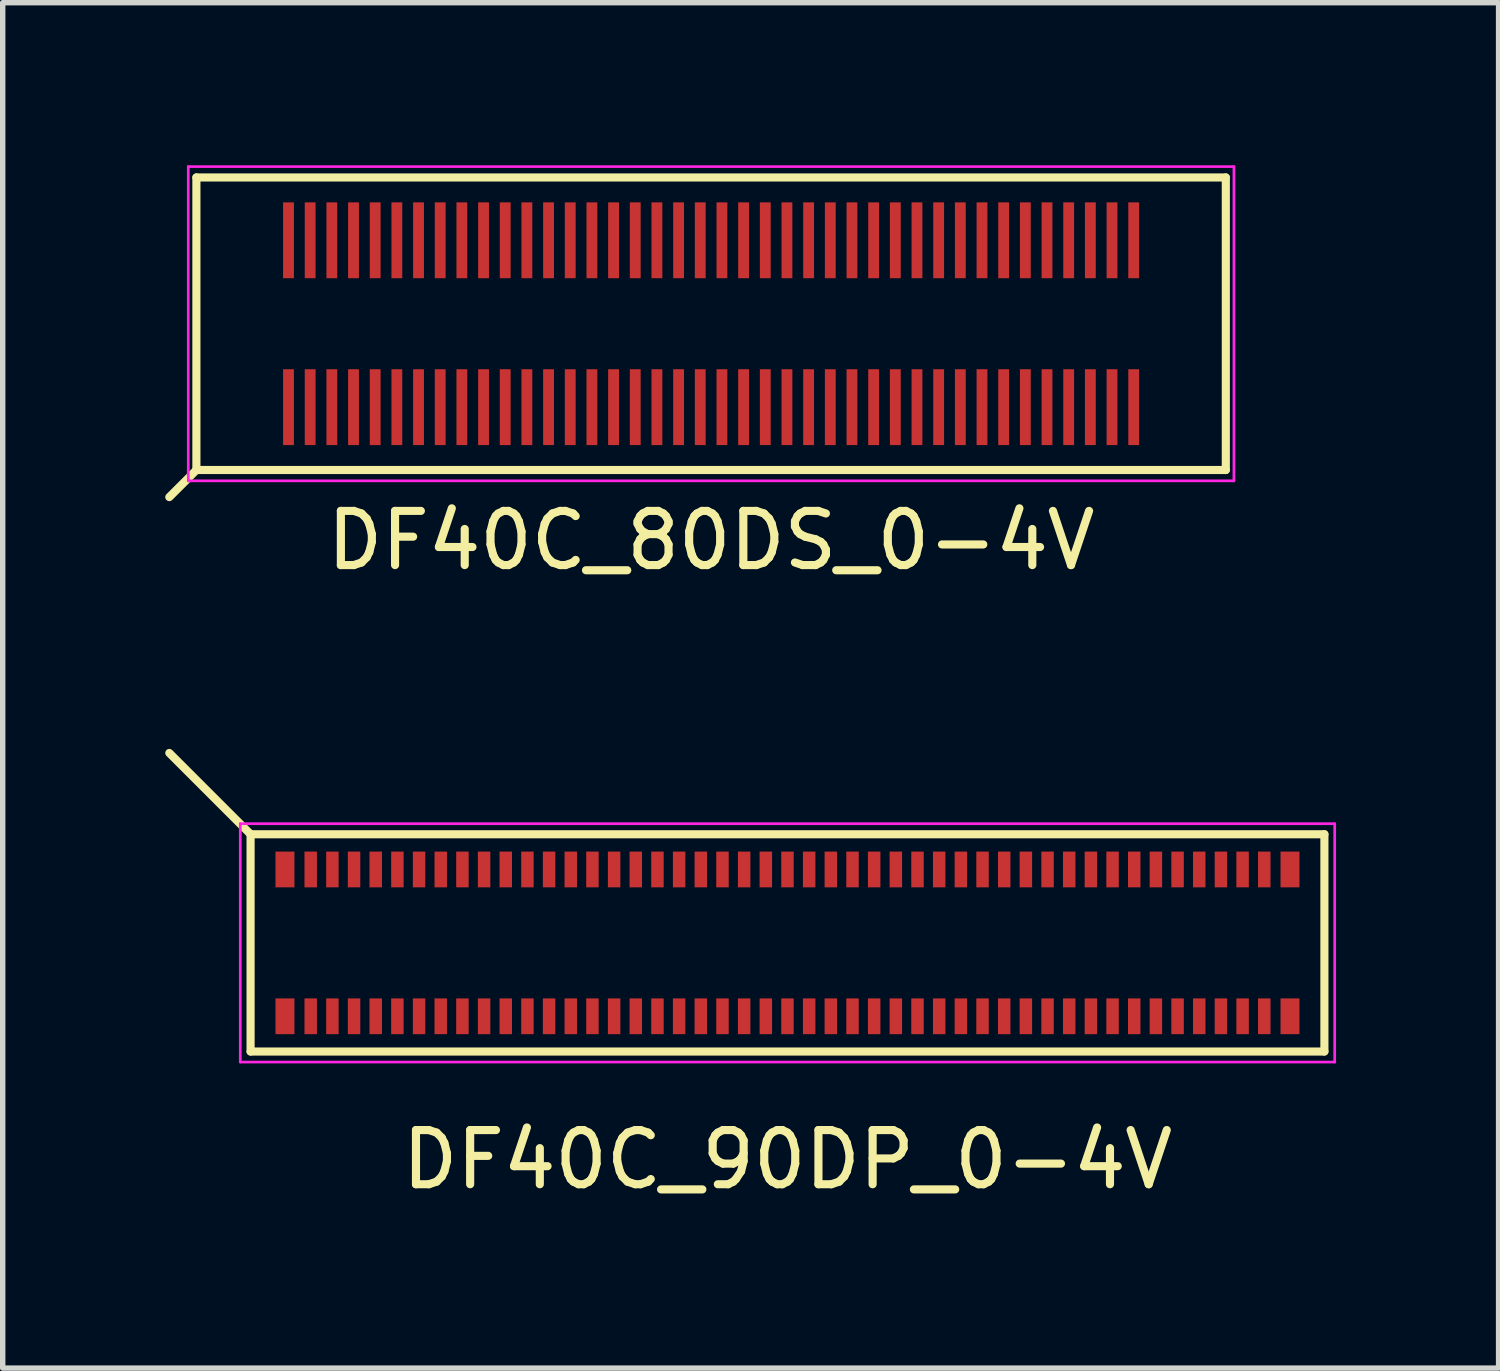
<source format=kicad_pcb>
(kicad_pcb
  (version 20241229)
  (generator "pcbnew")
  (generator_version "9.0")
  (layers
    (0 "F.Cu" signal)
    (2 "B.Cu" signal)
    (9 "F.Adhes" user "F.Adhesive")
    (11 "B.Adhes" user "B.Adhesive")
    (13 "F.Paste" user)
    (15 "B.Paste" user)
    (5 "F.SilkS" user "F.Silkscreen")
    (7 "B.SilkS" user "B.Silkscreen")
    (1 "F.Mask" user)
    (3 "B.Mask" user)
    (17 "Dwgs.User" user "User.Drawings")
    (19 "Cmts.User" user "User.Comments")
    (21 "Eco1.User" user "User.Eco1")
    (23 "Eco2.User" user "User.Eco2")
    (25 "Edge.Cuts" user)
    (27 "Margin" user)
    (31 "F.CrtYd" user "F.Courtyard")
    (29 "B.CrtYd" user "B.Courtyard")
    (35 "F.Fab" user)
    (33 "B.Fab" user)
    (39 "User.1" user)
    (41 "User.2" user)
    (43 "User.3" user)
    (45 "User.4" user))
  (footprint "DF40C_90DP_0-4V"
    (layer "F.Cu")
    (at 11.485 14.353)
    (property "Reference" "DF40C_90DP_0-4V" (at 0 4 0) (layer "F.SilkS") (effects (font (size 1 1) (thickness 0.15))))
    (attr smd)
    (fp_line (start -9.91 -2.005) (end -11.41 -3.505) (stroke (width 0.15) (type solid)) (layer "F.SilkS"))
    (fp_line (start -9.91 -2.005) (end -9.91 2.005) (stroke (width 0.15) (type solid)) (layer "F.SilkS"))
    (fp_line (start -9.91 -2.005) (end 9.91 -2.005) (stroke (width 0.15) (type solid)) (layer "F.SilkS"))
    (fp_line (start 9.91 2.005) (end -9.91 2.005) (stroke (width 0.15) (type solid)) (layer "F.SilkS"))
    (fp_line (start 9.91 2.005) (end 9.91 -2.005) (stroke (width 0.15) (type solid)) (layer "F.SilkS"))
    (fp_line (start -10.1 -2.2) (end -10.1 2.2) (stroke (width 0.05) (type solid)) (layer "F.CrtYd"))
    (fp_line (start -10.1 -2.2) (end 10.1 -2.2) (stroke (width 0.05) (type solid)) (layer "F.CrtYd"))
    (fp_line (start 10.1 2.2) (end -10.1 2.2) (stroke (width 0.05) (type solid)) (layer "F.CrtYd"))
    (fp_line (start 10.1 2.2) (end 10.1 -2.2) (stroke (width 0.05) (type solid)) (layer "F.CrtYd"))
    (pad "1" smd rect (at -8.8 1.355) (size 0.23 0.66) (layers "F.Cu" "F.Mask" "F.Paste"))
    (pad "2" smd rect (at -8.8 -1.355) (size 0.23 0.66) (layers "F.Cu" "F.Mask" "F.Paste"))
    (pad "3" smd rect (at -8.4 1.355) (size 0.23 0.66) (layers "F.Cu" "F.Mask" "F.Paste"))
    (pad "4" smd rect (at -8.4 -1.355) (size 0.23 0.66) (layers "F.Cu" "F.Mask" "F.Paste"))
    (pad "5" smd rect (at -8 1.355) (size 0.23 0.66) (layers "F.Cu" "F.Mask" "F.Paste"))
    (pad "6" smd rect (at -8 -1.355) (size 0.23 0.66) (layers "F.Cu" "F.Mask" "F.Paste"))
    (pad "7" smd rect (at -7.6 1.355) (size 0.23 0.66) (layers "F.Cu" "F.Mask" "F.Paste"))
    (pad "8" smd rect (at -7.6 -1.355) (size 0.23 0.66) (layers "F.Cu" "F.Mask" "F.Paste"))
    (pad "9" smd rect (at -7.2 1.355) (size 0.23 0.66) (layers "F.Cu" "F.Mask" "F.Paste"))
    (pad "10" smd rect (at -7.2 -1.355) (size 0.23 0.66) (layers "F.Cu" "F.Mask" "F.Paste"))
    (pad "11" smd rect (at -6.8 1.355) (size 0.23 0.66) (layers "F.Cu" "F.Mask" "F.Paste"))
    (pad "12" smd rect (at -6.8 -1.355) (size 0.23 0.66) (layers "F.Cu" "F.Mask" "F.Paste"))
    (pad "13" smd rect (at -6.4 1.355) (size 0.23 0.66) (layers "F.Cu" "F.Mask" "F.Paste"))
    (pad "14" smd rect (at -6.4 -1.355) (size 0.23 0.66) (layers "F.Cu" "F.Mask" "F.Paste"))
    (pad "15" smd rect (at -6 1.355) (size 0.23 0.66) (layers "F.Cu" "F.Mask" "F.Paste"))
    (pad "16" smd rect (at -6 -1.355) (size 0.23 0.66) (layers "F.Cu" "F.Mask" "F.Paste"))
    (pad "17" smd rect (at -5.6 1.355) (size 0.23 0.66) (layers "F.Cu" "F.Mask" "F.Paste"))
    (pad "18" smd rect (at -5.6 -1.355) (size 0.23 0.66) (layers "F.Cu" "F.Mask" "F.Paste"))
    (pad "19" smd rect (at -5.2 1.355) (size 0.23 0.66) (layers "F.Cu" "F.Mask" "F.Paste"))
    (pad "20" smd rect (at -5.2 -1.355) (size 0.23 0.66) (layers "F.Cu" "F.Mask" "F.Paste"))
    (pad "21" smd rect (at -4.8 1.355) (size 0.23 0.66) (layers "F.Cu" "F.Mask" "F.Paste"))
    (pad "22" smd rect (at -4.8 -1.355) (size 0.23 0.66) (layers "F.Cu" "F.Mask" "F.Paste"))
    (pad "23" smd rect (at -4.4 1.355) (size 0.23 0.66) (layers "F.Cu" "F.Mask" "F.Paste"))
    (pad "24" smd rect (at -4.4 -1.355) (size 0.23 0.66) (layers "F.Cu" "F.Mask" "F.Paste"))
    (pad "25" smd rect (at -4 1.355) (size 0.23 0.66) (layers "F.Cu" "F.Mask" "F.Paste"))
    (pad "26" smd rect (at -4 -1.355) (size 0.23 0.66) (layers "F.Cu" "F.Mask" "F.Paste"))
    (pad "27" smd rect (at -3.6 1.355) (size 0.23 0.66) (layers "F.Cu" "F.Mask" "F.Paste"))
    (pad "28" smd rect (at -3.6 -1.355) (size 0.23 0.66) (layers "F.Cu" "F.Mask" "F.Paste"))
    (pad "29" smd rect (at -3.2 1.355) (size 0.23 0.66) (layers "F.Cu" "F.Mask" "F.Paste"))
    (pad "30" smd rect (at -3.2 -1.355) (size 0.23 0.66) (layers "F.Cu" "F.Mask" "F.Paste"))
    (pad "31" smd rect (at -2.8 1.355) (size 0.23 0.66) (layers "F.Cu" "F.Mask" "F.Paste"))
    (pad "32" smd rect (at -2.8 -1.355) (size 0.23 0.66) (layers "F.Cu" "F.Mask" "F.Paste"))
    (pad "33" smd rect (at -2.4 1.355) (size 0.23 0.66) (layers "F.Cu" "F.Mask" "F.Paste"))
    (pad "34" smd rect (at -2.4 -1.355) (size 0.23 0.66) (layers "F.Cu" "F.Mask" "F.Paste"))
    (pad "35" smd rect (at -2 1.355) (size 0.23 0.66) (layers "F.Cu" "F.Mask" "F.Paste"))
    (pad "36" smd rect (at -2 -1.355) (size 0.23 0.66) (layers "F.Cu" "F.Mask" "F.Paste"))
    (pad "37" smd rect (at -1.6 1.355) (size 0.23 0.66) (layers "F.Cu" "F.Mask" "F.Paste"))
    (pad "38" smd rect (at -1.6 -1.355) (size 0.23 0.66) (layers "F.Cu" "F.Mask" "F.Paste"))
    (pad "39" smd rect (at -1.2 1.355) (size 0.23 0.66) (layers "F.Cu" "F.Mask" "F.Paste"))
    (pad "40" smd rect (at -1.2 -1.355) (size 0.23 0.66) (layers "F.Cu" "F.Mask" "F.Paste"))
    (pad "41" smd rect (at -0.8 1.355) (size 0.23 0.66) (layers "F.Cu" "F.Mask" "F.Paste"))
    (pad "42" smd rect (at -0.8 -1.355) (size 0.23 0.66) (layers "F.Cu" "F.Mask" "F.Paste"))
    (pad "43" smd rect (at -0.4 1.355) (size 0.23 0.66) (layers "F.Cu" "F.Mask" "F.Paste"))
    (pad "44" smd rect (at -0.4 -1.355) (size 0.23 0.66) (layers "F.Cu" "F.Mask" "F.Paste"))
    (pad "45" smd rect (at 0 1.355) (size 0.23 0.66) (layers "F.Cu" "F.Mask" "F.Paste"))
    (pad "46" smd rect (at 0 -1.355) (size 0.23 0.66) (layers "F.Cu" "F.Mask" "F.Paste"))
    (pad "47" smd rect (at 0.4 1.355) (size 0.23 0.66) (layers "F.Cu" "F.Mask" "F.Paste"))
    (pad "48" smd rect (at 0.4 -1.355) (size 0.23 0.66) (layers "F.Cu" "F.Mask" "F.Paste"))
    (pad "49" smd rect (at 0.8 1.355) (size 0.23 0.66) (layers "F.Cu" "F.Mask" "F.Paste"))
    (pad "50" smd rect (at 0.8 -1.355) (size 0.23 0.66) (layers "F.Cu" "F.Mask" "F.Paste"))
    (pad "51" smd rect (at 1.2 1.355) (size 0.23 0.66) (layers "F.Cu" "F.Mask" "F.Paste"))
    (pad "52" smd rect (at 1.2 -1.355) (size 0.23 0.66) (layers "F.Cu" "F.Mask" "F.Paste"))
    (pad "53" smd rect (at 1.6 1.355) (size 0.23 0.66) (layers "F.Cu" "F.Mask" "F.Paste"))
    (pad "54" smd rect (at 1.6 -1.355) (size 0.23 0.66) (layers "F.Cu" "F.Mask" "F.Paste"))
    (pad "55" smd rect (at 2 1.355) (size 0.23 0.66) (layers "F.Cu" "F.Mask" "F.Paste"))
    (pad "56" smd rect (at 2 -1.355) (size 0.23 0.66) (layers "F.Cu" "F.Mask" "F.Paste"))
    (pad "57" smd rect (at 2.4 1.355) (size 0.23 0.66) (layers "F.Cu" "F.Mask" "F.Paste"))
    (pad "58" smd rect (at 2.4 -1.355) (size 0.23 0.66) (layers "F.Cu" "F.Mask" "F.Paste"))
    (pad "59" smd rect (at 2.8 1.355) (size 0.23 0.66) (layers "F.Cu" "F.Mask" "F.Paste"))
    (pad "60" smd rect (at 2.8 -1.355) (size 0.23 0.66) (layers "F.Cu" "F.Mask" "F.Paste"))
    (pad "61" smd rect (at 3.2 1.355) (size 0.23 0.66) (layers "F.Cu" "F.Mask" "F.Paste"))
    (pad "62" smd rect (at 3.2 -1.355) (size 0.23 0.66) (layers "F.Cu" "F.Mask" "F.Paste"))
    (pad "63" smd rect (at 3.6 1.355) (size 0.23 0.66) (layers "F.Cu" "F.Mask" "F.Paste"))
    (pad "64" smd rect (at 3.6 -1.355) (size 0.23 0.66) (layers "F.Cu" "F.Mask" "F.Paste"))
    (pad "65" smd rect (at 4 1.355) (size 0.23 0.66) (layers "F.Cu" "F.Mask" "F.Paste"))
    (pad "66" smd rect (at 4 -1.355) (size 0.23 0.66) (layers "F.Cu" "F.Mask" "F.Paste"))
    (pad "67" smd rect (at 4.4 1.355) (size 0.23 0.66) (layers "F.Cu" "F.Mask" "F.Paste"))
    (pad "68" smd rect (at 4.4 -1.355) (size 0.23 0.66) (layers "F.Cu" "F.Mask" "F.Paste"))
    (pad "69" smd rect (at 4.8 1.355) (size 0.23 0.66) (layers "F.Cu" "F.Mask" "F.Paste"))
    (pad "70" smd rect (at 4.8 -1.355) (size 0.23 0.66) (layers "F.Cu" "F.Mask" "F.Paste"))
    (pad "71" smd rect (at 5.2 1.355) (size 0.23 0.66) (layers "F.Cu" "F.Mask" "F.Paste"))
    (pad "72" smd rect (at 5.2 -1.355) (size 0.23 0.66) (layers "F.Cu" "F.Mask" "F.Paste"))
    (pad "73" smd rect (at 5.6 1.355) (size 0.23 0.66) (layers "F.Cu" "F.Mask" "F.Paste"))
    (pad "74" smd rect (at 5.6 -1.355) (size 0.23 0.66) (layers "F.Cu" "F.Mask" "F.Paste"))
    (pad "75" smd rect (at 6 1.355) (size 0.23 0.66) (layers "F.Cu" "F.Mask" "F.Paste"))
    (pad "76" smd rect (at 6 -1.355) (size 0.23 0.66) (layers "F.Cu" "F.Mask" "F.Paste"))
    (pad "77" smd rect (at 6.4 1.355) (size 0.23 0.66) (layers "F.Cu" "F.Mask" "F.Paste"))
    (pad "78" smd rect (at 6.4 -1.355) (size 0.23 0.66) (layers "F.Cu" "F.Mask" "F.Paste"))
    (pad "79" smd rect (at 6.8 1.355) (size 0.23 0.66) (layers "F.Cu" "F.Mask" "F.Paste"))
    (pad "80" smd rect (at 6.8 -1.355) (size 0.23 0.66) (layers "F.Cu" "F.Mask" "F.Paste"))
    (pad "81" smd rect (at 7.2 1.355) (size 0.23 0.66) (layers "F.Cu" "F.Mask" "F.Paste"))
    (pad "82" smd rect (at 7.2 -1.355) (size 0.23 0.66) (layers "F.Cu" "F.Mask" "F.Paste"))
    (pad "83" smd rect (at 7.6 1.355) (size 0.23 0.66) (layers "F.Cu" "F.Mask" "F.Paste"))
    (pad "84" smd rect (at 7.6 -1.355) (size 0.23 0.66) (layers "F.Cu" "F.Mask" "F.Paste"))
    (pad "85" smd rect (at 8 1.355) (size 0.23 0.66) (layers "F.Cu" "F.Mask" "F.Paste"))
    (pad "86" smd rect (at 8 -1.355) (size 0.23 0.66) (layers "F.Cu" "F.Mask" "F.Paste"))
    (pad "87" smd rect (at 8.4 1.355) (size 0.23 0.66) (layers "F.Cu" "F.Mask" "F.Paste"))
    (pad "88" smd rect (at 8.4 -1.355) (size 0.23 0.66) (layers "F.Cu" "F.Mask" "F.Paste"))
    (pad "89" smd rect (at 8.8 1.355) (size 0.23 0.66) (layers "F.Cu" "F.Mask" "F.Paste"))
    (pad "90" smd rect (at 8.8 -1.355) (size 0.23 0.66) (layers "F.Cu" "F.Mask" "F.Paste"))
    (pad "MP" smd rect (at -9.275 -1.355) (size 0.35 0.66) (layers "F.Cu" "F.Mask" "F.Paste"))
    (pad "MP" smd rect (at -9.275 1.355) (size 0.35 0.66) (layers "F.Cu" "F.Mask" "F.Paste"))
    (pad "MP" smd rect (at 9.275 -1.355) (size 0.35 0.66) (layers "F.Cu" "F.Mask" "F.Paste"))
    (pad "MP" smd rect (at 9.275 1.355) (size 0.35 0.66) (layers "F.Cu" "F.Mask" "F.Paste")))
  (footprint "DF40C_80DS_0-4V"
    (layer "F.Cu")
    (at 10.075 2.925)
    (property "Reference" "DF40C_80DS_0-4V" (at 0 4 0) (layer "F.SilkS") (effects (font (size 1 1) (thickness 0.15))))
    (attr smd)
    (fp_line (start -9.5 -2.7) (end -9.5 2.7) (stroke (width 0.15) (type solid)) (layer "F.SilkS"))
    (fp_line (start -9.5 -2.7) (end 9.5 -2.7) (stroke (width 0.15) (type solid)) (layer "F.SilkS"))
    (fp_line (start -9.5 2.7) (end -10 3.2) (stroke (width 0.15) (type solid)) (layer "F.SilkS"))
    (fp_line (start 9.5 2.7) (end -9.5 2.7) (stroke (width 0.15) (type solid)) (layer "F.SilkS"))
    (fp_line (start 9.5 2.7) (end 9.5 -2.7) (stroke (width 0.15) (type solid)) (layer "F.SilkS"))
    (fp_line (start -9.65 -2.9) (end -9.65 2.9) (stroke (width 0.05) (type solid)) (layer "F.CrtYd"))
    (fp_line (start -9.65 -2.9) (end 9.65 -2.9) (stroke (width 0.05) (type solid)) (layer "F.CrtYd"))
    (fp_line (start 9.65 2.9) (end -9.65 2.9) (stroke (width 0.05) (type solid)) (layer "F.CrtYd"))
    (fp_line (start 9.65 2.9) (end 9.65 -2.9) (stroke (width 0.05) (type solid)) (layer "F.CrtYd"))
    (pad "1" smd rect (at -7.8 1.54) (size 0.2 1.4) (layers "F.Cu" "F.Mask" "F.Paste"))
    (pad "2" smd rect (at -7.8 -1.54) (size 0.2 1.4) (layers "F.Cu" "F.Mask" "F.Paste"))
    (pad "3" smd rect (at -7.4 1.54) (size 0.2 1.4) (layers "F.Cu" "F.Mask" "F.Paste"))
    (pad "4" smd rect (at -7.4 -1.54) (size 0.2 1.4) (layers "F.Cu" "F.Mask" "F.Paste"))
    (pad "5" smd rect (at -7 1.54) (size 0.2 1.4) (layers "F.Cu" "F.Mask" "F.Paste"))
    (pad "6" smd rect (at -7 -1.54) (size 0.2 1.4) (layers "F.Cu" "F.Mask" "F.Paste"))
    (pad "7" smd rect (at -6.6 1.54) (size 0.2 1.4) (layers "F.Cu" "F.Mask" "F.Paste"))
    (pad "8" smd rect (at -6.6 -1.54) (size 0.2 1.4) (layers "F.Cu" "F.Mask" "F.Paste"))
    (pad "9" smd rect (at -6.2 1.54) (size 0.2 1.4) (layers "F.Cu" "F.Mask" "F.Paste"))
    (pad "10" smd rect (at -6.2 -1.54) (size 0.2 1.4) (layers "F.Cu" "F.Mask" "F.Paste"))
    (pad "11" smd rect (at -5.8 1.54) (size 0.2 1.4) (layers "F.Cu" "F.Mask" "F.Paste"))
    (pad "12" smd rect (at -5.8 -1.54) (size 0.2 1.4) (layers "F.Cu" "F.Mask" "F.Paste"))
    (pad "13" smd rect (at -5.4 1.54) (size 0.2 1.4) (layers "F.Cu" "F.Mask" "F.Paste"))
    (pad "14" smd rect (at -5.4 -1.54) (size 0.2 1.4) (layers "F.Cu" "F.Mask" "F.Paste"))
    (pad "15" smd rect (at -5 1.54) (size 0.2 1.4) (layers "F.Cu" "F.Mask" "F.Paste"))
    (pad "16" smd rect (at -5 -1.54) (size 0.2 1.4) (layers "F.Cu" "F.Mask" "F.Paste"))
    (pad "17" smd rect (at -4.6 1.54) (size 0.2 1.4) (layers "F.Cu" "F.Mask" "F.Paste"))
    (pad "18" smd rect (at -4.6 -1.54) (size 0.2 1.4) (layers "F.Cu" "F.Mask" "F.Paste"))
    (pad "19" smd rect (at -4.2 1.54) (size 0.2 1.4) (layers "F.Cu" "F.Mask" "F.Paste"))
    (pad "20" smd rect (at -4.2 -1.54) (size 0.2 1.4) (layers "F.Cu" "F.Mask" "F.Paste"))
    (pad "21" smd rect (at -3.8 1.54) (size 0.2 1.4) (layers "F.Cu" "F.Mask" "F.Paste"))
    (pad "22" smd rect (at -3.8 -1.54) (size 0.2 1.4) (layers "F.Cu" "F.Mask" "F.Paste"))
    (pad "23" smd rect (at -3.4 1.54) (size 0.2 1.4) (layers "F.Cu" "F.Mask" "F.Paste"))
    (pad "24" smd rect (at -3.4 -1.54) (size 0.2 1.4) (layers "F.Cu" "F.Mask" "F.Paste"))
    (pad "25" smd rect (at -3 1.54) (size 0.2 1.4) (layers "F.Cu" "F.Mask" "F.Paste"))
    (pad "26" smd rect (at -3 -1.54) (size 0.2 1.4) (layers "F.Cu" "F.Mask" "F.Paste"))
    (pad "27" smd rect (at -2.6 1.54) (size 0.2 1.4) (layers "F.Cu" "F.Mask" "F.Paste"))
    (pad "28" smd rect (at -2.6 -1.54) (size 0.2 1.4) (layers "F.Cu" "F.Mask" "F.Paste"))
    (pad "29" smd rect (at -2.2 1.54) (size 0.2 1.4) (layers "F.Cu" "F.Mask" "F.Paste"))
    (pad "30" smd rect (at -2.2 -1.54) (size 0.2 1.4) (layers "F.Cu" "F.Mask" "F.Paste"))
    (pad "31" smd rect (at -1.8 1.54) (size 0.2 1.4) (layers "F.Cu" "F.Mask" "F.Paste"))
    (pad "32" smd rect (at -1.8 -1.54) (size 0.2 1.4) (layers "F.Cu" "F.Mask" "F.Paste"))
    (pad "33" smd rect (at -1.4 1.54) (size 0.2 1.4) (layers "F.Cu" "F.Mask" "F.Paste"))
    (pad "34" smd rect (at -1.4 -1.54) (size 0.2 1.4) (layers "F.Cu" "F.Mask" "F.Paste"))
    (pad "35" smd rect (at -1 1.54) (size 0.2 1.4) (layers "F.Cu" "F.Mask" "F.Paste"))
    (pad "36" smd rect (at -1 -1.54) (size 0.2 1.4) (layers "F.Cu" "F.Mask" "F.Paste"))
    (pad "37" smd rect (at -0.6 1.54) (size 0.2 1.4) (layers "F.Cu" "F.Mask" "F.Paste"))
    (pad "38" smd rect (at -0.6 -1.54) (size 0.2 1.4) (layers "F.Cu" "F.Mask" "F.Paste"))
    (pad "39" smd rect (at -0.2 1.54) (size 0.2 1.4) (layers "F.Cu" "F.Mask" "F.Paste"))
    (pad "40" smd rect (at -0.2 -1.54) (size 0.2 1.4) (layers "F.Cu" "F.Mask" "F.Paste"))
    (pad "41" smd rect (at 0.2 1.54) (size 0.2 1.4) (layers "F.Cu" "F.Mask" "F.Paste"))
    (pad "42" smd rect (at 0.2 -1.54) (size 0.2 1.4) (layers "F.Cu" "F.Mask" "F.Paste"))
    (pad "43" smd rect (at 0.6 1.54) (size 0.2 1.4) (layers "F.Cu" "F.Mask" "F.Paste"))
    (pad "44" smd rect (at 0.6 -1.54) (size 0.2 1.4) (layers "F.Cu" "F.Mask" "F.Paste"))
    (pad "45" smd rect (at 1 1.54) (size 0.2 1.4) (layers "F.Cu" "F.Mask" "F.Paste"))
    (pad "46" smd rect (at 1 -1.54) (size 0.2 1.4) (layers "F.Cu" "F.Mask" "F.Paste"))
    (pad "47" smd rect (at 1.4 1.54) (size 0.2 1.4) (layers "F.Cu" "F.Mask" "F.Paste"))
    (pad "48" smd rect (at 1.4 -1.54) (size 0.2 1.4) (layers "F.Cu" "F.Mask" "F.Paste"))
    (pad "49" smd rect (at 1.8 1.54) (size 0.2 1.4) (layers "F.Cu" "F.Mask" "F.Paste"))
    (pad "50" smd rect (at 1.8 -1.54) (size 0.2 1.4) (layers "F.Cu" "F.Mask" "F.Paste"))
    (pad "51" smd rect (at 2.2 1.54) (size 0.2 1.4) (layers "F.Cu" "F.Mask" "F.Paste"))
    (pad "52" smd rect (at 2.2 -1.54) (size 0.2 1.4) (layers "F.Cu" "F.Mask" "F.Paste"))
    (pad "53" smd rect (at 2.6 1.54) (size 0.2 1.4) (layers "F.Cu" "F.Mask" "F.Paste"))
    (pad "54" smd rect (at 2.6 -1.54) (size 0.2 1.4) (layers "F.Cu" "F.Mask" "F.Paste"))
    (pad "55" smd rect (at 3 1.54) (size 0.2 1.4) (layers "F.Cu" "F.Mask" "F.Paste"))
    (pad "56" smd rect (at 3 -1.54) (size 0.2 1.4) (layers "F.Cu" "F.Mask" "F.Paste"))
    (pad "57" smd rect (at 3.4 1.54) (size 0.2 1.4) (layers "F.Cu" "F.Mask" "F.Paste"))
    (pad "58" smd rect (at 3.4 -1.54) (size 0.2 1.4) (layers "F.Cu" "F.Mask" "F.Paste"))
    (pad "59" smd rect (at 3.8 1.54) (size 0.2 1.4) (layers "F.Cu" "F.Mask" "F.Paste"))
    (pad "60" smd rect (at 3.8 -1.54) (size 0.2 1.4) (layers "F.Cu" "F.Mask" "F.Paste"))
    (pad "61" smd rect (at 4.2 1.54) (size 0.2 1.4) (layers "F.Cu" "F.Mask" "F.Paste"))
    (pad "62" smd rect (at 4.2 -1.54) (size 0.2 1.4) (layers "F.Cu" "F.Mask" "F.Paste"))
    (pad "63" smd rect (at 4.6 1.54) (size 0.2 1.4) (layers "F.Cu" "F.Mask" "F.Paste"))
    (pad "64" smd rect (at 4.6 -1.54) (size 0.2 1.4) (layers "F.Cu" "F.Mask" "F.Paste"))
    (pad "65" smd rect (at 5 1.54) (size 0.2 1.4) (layers "F.Cu" "F.Mask" "F.Paste"))
    (pad "66" smd rect (at 5 -1.54) (size 0.2 1.4) (layers "F.Cu" "F.Mask" "F.Paste"))
    (pad "67" smd rect (at 5.4 1.54) (size 0.2 1.4) (layers "F.Cu" "F.Mask" "F.Paste"))
    (pad "68" smd rect (at 5.4 -1.54) (size 0.2 1.4) (layers "F.Cu" "F.Mask" "F.Paste"))
    (pad "69" smd rect (at 5.8 1.54) (size 0.2 1.4) (layers "F.Cu" "F.Mask" "F.Paste"))
    (pad "70" smd rect (at 5.8 -1.54) (size 0.2 1.4) (layers "F.Cu" "F.Mask" "F.Paste"))
    (pad "71" smd rect (at 6.2 1.54) (size 0.2 1.4) (layers "F.Cu" "F.Mask" "F.Paste"))
    (pad "72" smd rect (at 6.2 -1.54) (size 0.2 1.4) (layers "F.Cu" "F.Mask" "F.Paste"))
    (pad "73" smd rect (at 6.6 1.54) (size 0.2 1.4) (layers "F.Cu" "F.Mask" "F.Paste"))
    (pad "74" smd rect (at 6.6 -1.54) (size 0.2 1.4) (layers "F.Cu" "F.Mask" "F.Paste"))
    (pad "75" smd rect (at 7 1.54) (size 0.2 1.4) (layers "F.Cu" "F.Mask" "F.Paste"))
    (pad "76" smd rect (at 7 -1.54) (size 0.2 1.4) (layers "F.Cu" "F.Mask" "F.Paste"))
    (pad "77" smd rect (at 7.4 1.54) (size 0.2 1.4) (layers "F.Cu" "F.Mask" "F.Paste"))
    (pad "78" smd rect (at 7.4 -1.54) (size 0.2 1.4) (layers "F.Cu" "F.Mask" "F.Paste"))
    (pad "79" smd rect (at 7.8 1.54) (size 0.2 1.4) (layers "F.Cu" "F.Mask" "F.Paste"))
    (pad "80" smd rect (at 7.8 -1.54) (size 0.2 1.4) (layers "F.Cu" "F.Mask" "F.Paste")))
  (gr_rect
    (start -3 -3)
    (end 24.61 22.201)
    (stroke (width 0.1) (type default))
    (fill no)
    (layer "Edge.Cuts")))
</source>
